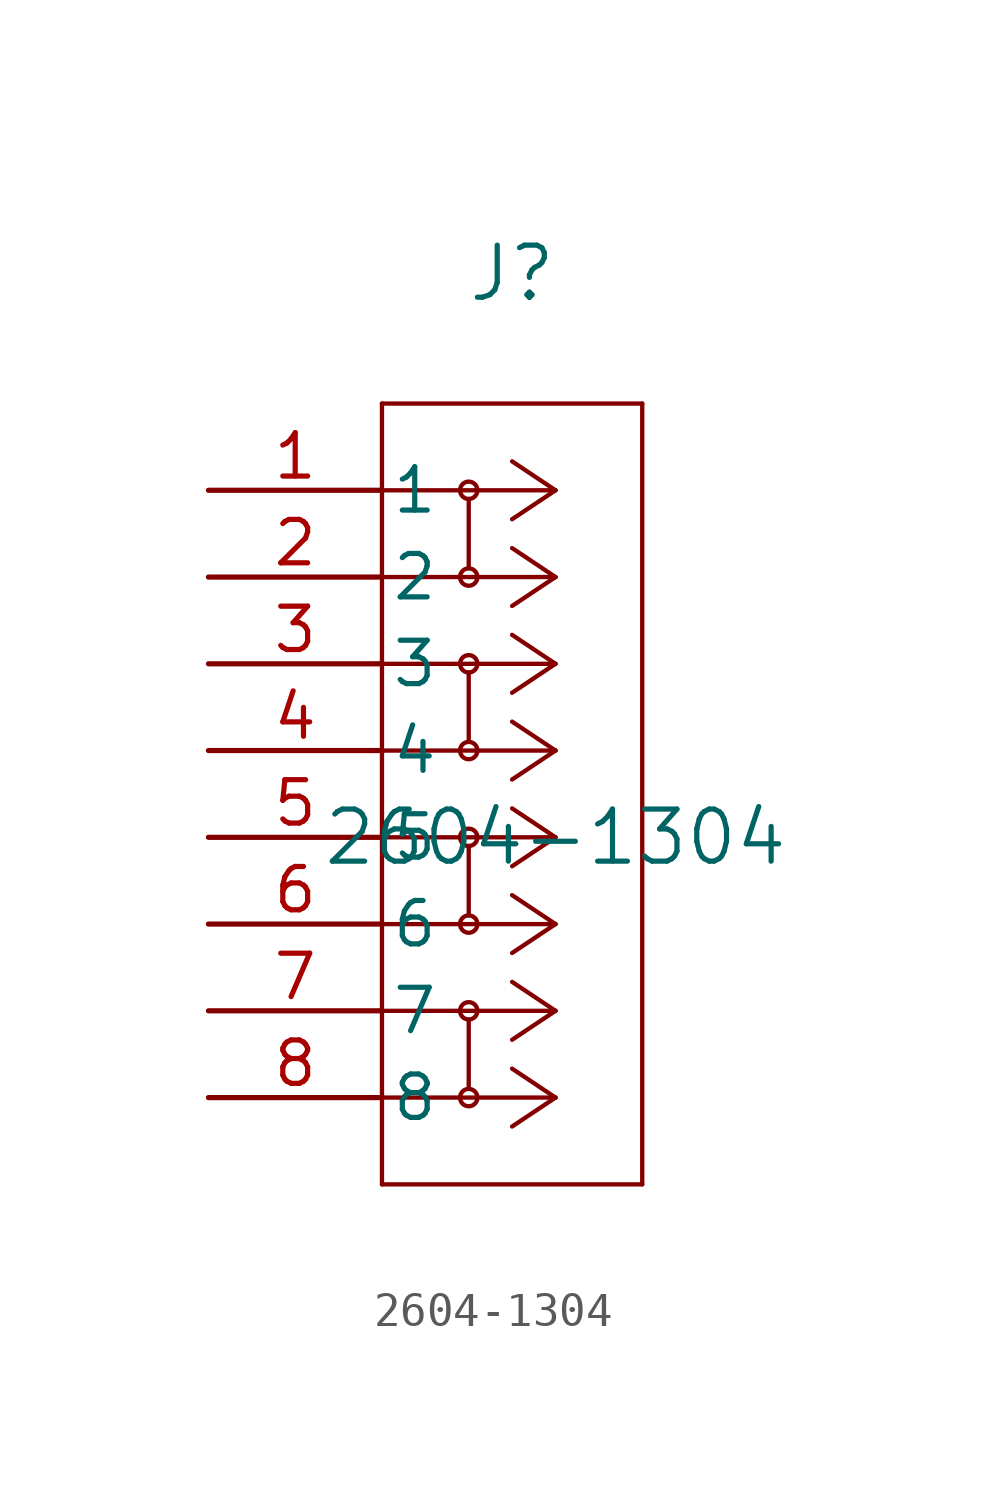
<source format=kicad_sym>
(kicad_symbol_lib
  (version 20211014)
  (generator kicad_symbol_editor)
  (symbol "2604-1304"
    (pin_names
      (offset 0.254))
    (property "Reference" "J"
      (at -1.27 16.51 0)
      (effects (font (size 1.524 1.524))))
    (property "Value" "2604-1304"
      (at 0 0 0)
      (effects (font (size 1.524 1.524))))
    (symbol "2604-1304_0_1"
      (polyline (pts (xy 0 10.16) (xy -5.08 10.16)) (stroke (width 0.127) (type default) (color 0 0 0 0)) (fill (type none)))
      (polyline (pts (xy 0 7.62) (xy -5.08 7.62)) (stroke (width 0.127) (type default) (color 0 0 0 0)) (fill (type none)))
      (circle (center -2.54 10.16) (radius 0.254) (stroke (width 0.127) (type default) (color 0 0 0 0)) (fill (type none)))
      (circle (center -2.54 7.62) (radius 0.254) (stroke (width 0.127) (type default) (color 0 0 0 0)) (fill (type none)))
      (polyline (pts (xy -2.54 9.906) (xy -2.54 7.874)) (stroke (width 0.127) (type default) (color 0 0 0 0)) (fill (type none)))
      (polyline (pts (xy 0 5.08) (xy -5.08 5.08)) (stroke (width 0.127) (type default) (color 0 0 0 0)) (fill (type none)))
      (polyline (pts (xy 0 2.54) (xy -5.08 2.54)) (stroke (width 0.127) (type default) (color 0 0 0 0)) (fill (type none)))
      (circle (center -2.54 5.08) (radius 0.254) (stroke (width 0.127) (type default) (color 0 0 0 0)) (fill (type none)))
      (polyline (pts (xy 0 10.16) (xy -1.27 11.007)) (stroke (width 0.127) (type default) (color 0 0 0 0)) (fill (type none)))
      (polyline (pts (xy 0 7.62) (xy -1.27 8.467)) (stroke (width 0.127) (type default) (color 0 0 0 0)) (fill (type none)))
      (circle (center -2.54 2.54) (radius 0.254) (stroke (width 0.127) (type default) (color 0 0 0 0)) (fill (type none)))
      (polyline (pts (xy -2.54 4.826) (xy -2.54 2.794)) (stroke (width 0.127) (type default) (color 0 0 0 0)) (fill (type none)))
      (polyline (pts (xy 0 5.08) (xy -1.27 5.927)) (stroke (width 0.127) (type default) (color 0 0 0 0)) (fill (type none)))
      (polyline (pts (xy 0 2.54) (xy -1.27 3.387)) (stroke (width 0.127) (type default) (color 0 0 0 0)) (fill (type none)))
      (polyline (pts (xy 0 5.08) (xy -1.27 4.233)) (stroke (width 0.127) (type default) (color 0 0 0 0)) (fill (type none)))
      (polyline (pts (xy 0 2.54) (xy -1.27 1.693)) (stroke (width 0.127) (type default) (color 0 0 0 0)) (fill (type none)))
      (polyline (pts (xy 0 10.16) (xy -1.27 9.313)) (stroke (width 0.127) (type default) (color 0 0 0 0)) (fill (type none)))
      (polyline (pts (xy 0 7.62) (xy -1.27 6.773)) (stroke (width 0.127) (type default) (color 0 0 0 0)) (fill (type none)))
      (polyline (pts (xy 0 0) (xy -5.08 0)) (stroke (width 0.127) (type default) (color 0 0 0 0)) (fill (type none)))
      (polyline (pts (xy 0 -2.54) (xy -5.08 -2.54)) (stroke (width 0.127) (type default) (color 0 0 0 0)) (fill (type none)))
      (circle (center -2.54 0) (radius 0.254) (stroke (width 0.127) (type default) (color 0 0 0 0)) (fill (type none)))
      (circle (center -2.54 -2.54) (radius 0.254) (stroke (width 0.127) (type default) (color 0 0 0 0)) (fill (type none)))
      (polyline (pts (xy -2.54 -0.254) (xy -2.54 -2.286)) (stroke (width 0.127) (type default) (color 0 0 0 0)) (fill (type none)))
      (polyline (pts (xy 0 -5.08) (xy -5.08 -5.08)) (stroke (width 0.127) (type default) (color 0 0 0 0)) (fill (type none)))
      (polyline (pts (xy -5.08 12.7) (xy -5.08 -10.16)) (stroke (width 0.127) (type default) (color 0 0 0 0)) (fill (type none)))
      (polyline (pts (xy -5.08 -10.16) (xy 2.54 -10.16)) (stroke (width 0.127) (type default) (color 0 0 0 0)) (fill (type none)))
      (polyline (pts (xy 2.54 -10.16) (xy 2.54 12.7)) (stroke (width 0.127) (type default) (color 0 0 0 0)) (fill (type none)))
      (polyline (pts (xy 2.54 12.7) (xy -5.08 12.7)) (stroke (width 0.127) (type default) (color 0 0 0 0)) (fill (type none)))
      (polyline (pts (xy 0 -7.62) (xy -5.08 -7.62)) (stroke (width 0.127) (type default) (color 0 0 0 0)) (fill (type none)))
      (circle (center -2.54 -5.08) (radius 0.254) (stroke (width 0.127) (type default) (color 0 0 0 0)) (fill (type none)))
      (polyline (pts (xy 0 0) (xy -1.27 0.847)) (stroke (width 0.127) (type default) (color 0 0 0 0)) (fill (type none)))
      (polyline (pts (xy 0 -2.54) (xy -1.27 -1.693)) (stroke (width 0.127) (type default) (color 0 0 0 0)) (fill (type none)))
      (circle (center -2.54 -7.62) (radius 0.254) (stroke (width 0.127) (type default) (color 0 0 0 0)) (fill (type none)))
      (polyline (pts (xy -2.54 -5.334) (xy -2.54 -7.366)) (stroke (width 0.127) (type default) (color 0 0 0 0)) (fill (type none)))
      (polyline (pts (xy 0 -5.08) (xy -1.27 -4.233)) (stroke (width 0.127) (type default) (color 0 0 0 0)) (fill (type none)))
      (polyline (pts (xy 0 -7.62) (xy -1.27 -6.773)) (stroke (width 0.127) (type default) (color 0 0 0 0)) (fill (type none)))
      (polyline (pts (xy 0 -5.08) (xy -1.27 -5.927)) (stroke (width 0.127) (type default) (color 0 0 0 0)) (fill (type none)))
      (polyline (pts (xy 0 -7.62) (xy -1.27 -8.467)) (stroke (width 0.127) (type default) (color 0 0 0 0)) (fill (type none)))
      (polyline (pts (xy 0 0) (xy -1.27 -0.847)) (stroke (width 0.127) (type default) (color 0 0 0 0)) (fill (type none)))
      (polyline (pts (xy 0 -2.54) (xy -1.27 -3.387)) (stroke (width 0.127) (type default) (color 0 0 0 0)) (fill (type none)))
      (pin unspecified line (at -10.16 10.16 0) (length 5.08) (name "1" (effects (font (size 1.27 1.27)))) (number "1" (effects (font (size 1.27 1.27)))))
      (pin unspecified line (at -10.16 7.62 0) (length 5.08) (name "2" (effects (font (size 1.27 1.27)))) (number "2" (effects (font (size 1.27 1.27)))))
      (pin unspecified line (at -10.16 5.08 0) (length 5.08) (name "3" (effects (font (size 1.27 1.27)))) (number "3" (effects (font (size 1.27 1.27)))))
      (pin unspecified line (at -10.16 2.54 0) (length 5.08) (name "4" (effects (font (size 1.27 1.27)))) (number "4" (effects (font (size 1.27 1.27)))))
      (pin unspecified line (at -10.16 0 0) (length 5.08) (name "5" (effects (font (size 1.27 1.27)))) (number "5" (effects (font (size 1.27 1.27)))))
      (pin unspecified line (at -10.16 -2.54 0) (length 5.08) (name "6" (effects (font (size 1.27 1.27)))) (number "6" (effects (font (size 1.27 1.27)))))
      (pin unspecified line (at -10.16 -5.08 0) (length 5.08) (name "7" (effects (font (size 1.27 1.27)))) (number "7" (effects (font (size 1.27 1.27)))))
      (pin unspecified line (at -10.16 -7.62 0) (length 5.08) (name "8" (effects (font (size 1.27 1.27)))) (number "8" (effects (font (size 1.27 1.27))))))))
</source>
